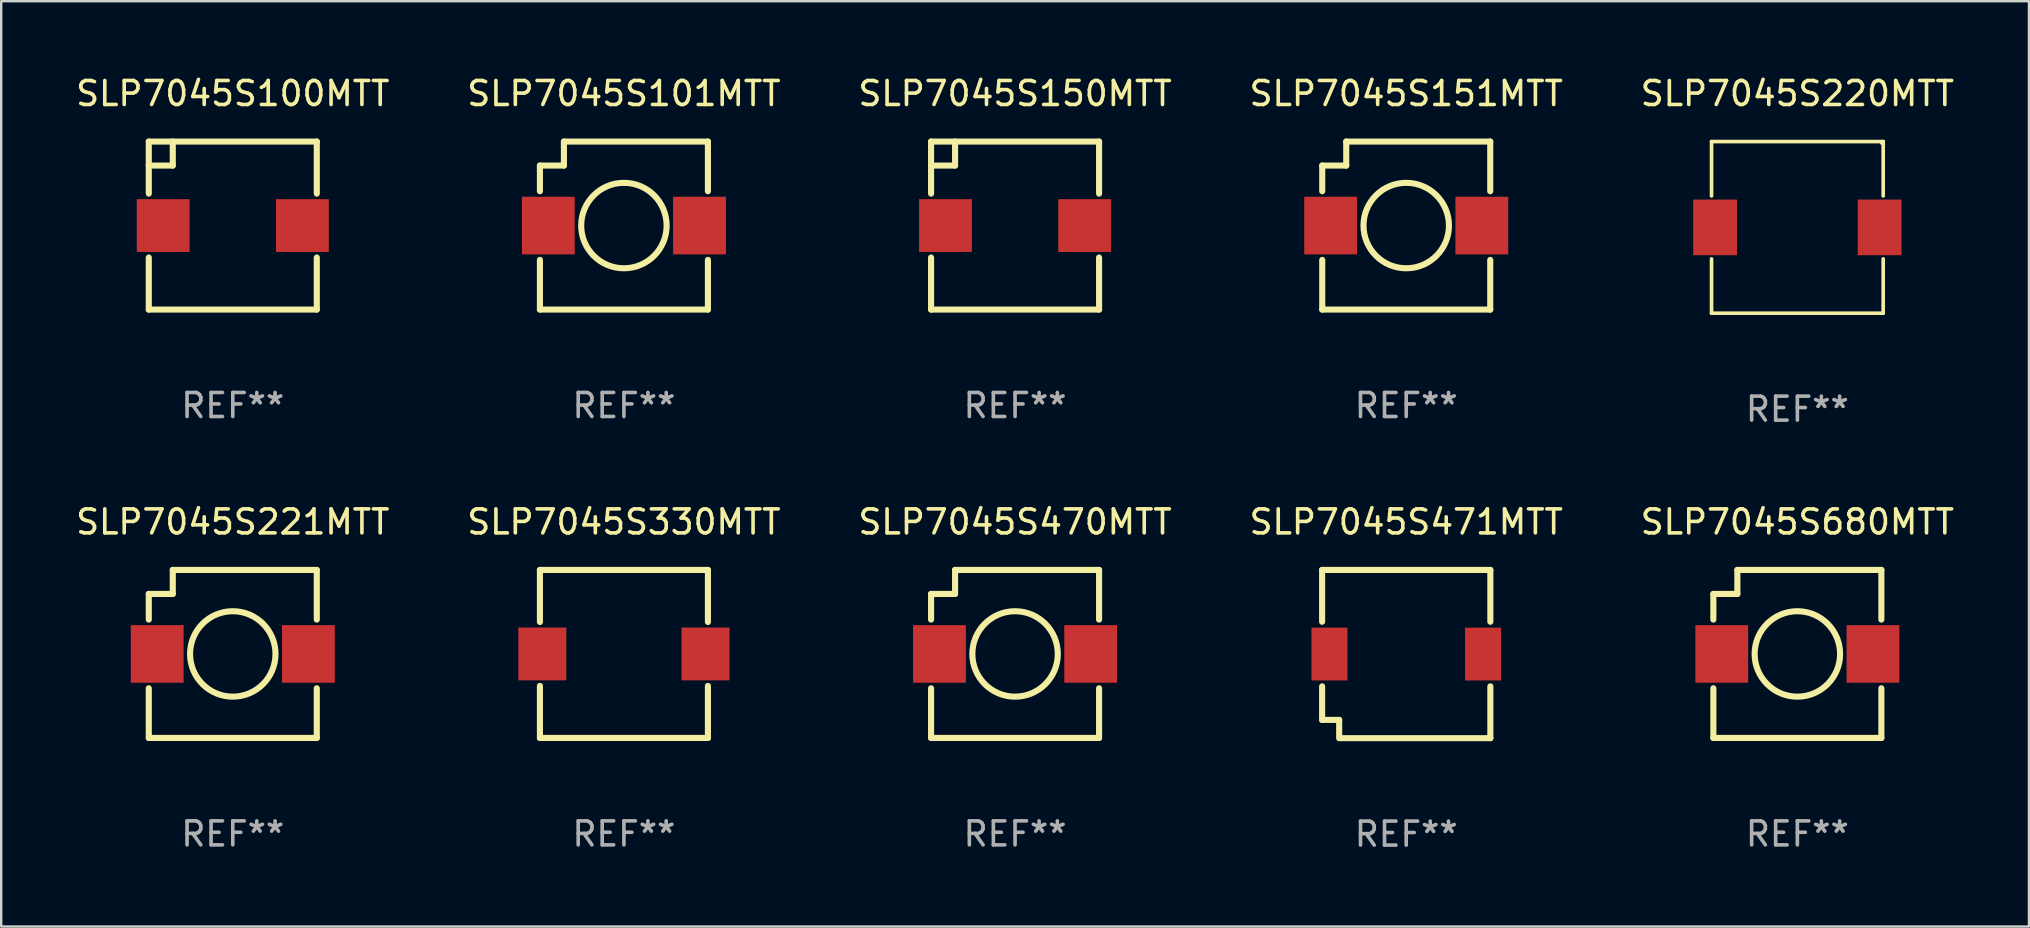
<source format=kicad_pcb>
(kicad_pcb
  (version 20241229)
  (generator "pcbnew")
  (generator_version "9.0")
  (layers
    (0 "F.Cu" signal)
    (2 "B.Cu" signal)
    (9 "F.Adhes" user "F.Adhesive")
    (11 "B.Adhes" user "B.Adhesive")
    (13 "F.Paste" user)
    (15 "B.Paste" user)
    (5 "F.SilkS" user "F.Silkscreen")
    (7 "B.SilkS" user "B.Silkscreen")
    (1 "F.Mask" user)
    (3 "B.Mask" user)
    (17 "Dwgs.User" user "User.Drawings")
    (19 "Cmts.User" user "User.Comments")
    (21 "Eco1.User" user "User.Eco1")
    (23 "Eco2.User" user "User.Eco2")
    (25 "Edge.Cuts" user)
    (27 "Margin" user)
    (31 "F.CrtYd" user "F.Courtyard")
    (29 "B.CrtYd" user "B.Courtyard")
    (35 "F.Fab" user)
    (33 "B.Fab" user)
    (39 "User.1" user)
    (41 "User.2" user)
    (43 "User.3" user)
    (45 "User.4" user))
  (footprint "SLP7045S150MTT"
    (layer "F.Cu")
    (at 39.244 6.348)
    (property "Reference" "SLP7045S150MTT" (at 0 -5.5 0) (layer "F.SilkS") (effects (font (size 1 1) (thickness 0.15))))
    (attr through_hole)
    (fp_line (start -3.5 -3.5) (end 3.5 -3.5) (stroke (width 0.254) (type solid)) (layer "F.SilkS"))
    (fp_line (start -3.5 -1.331) (end -3.5 -3.5) (stroke (width 0.254) (type solid)) (layer "F.SilkS"))
    (fp_line (start -3.5 3.5) (end -3.5 1.331) (stroke (width 0.254) (type solid)) (layer "F.SilkS"))
    (fp_line (start -2.5 -2.5) (end -3.5 -2.5) (stroke (width 0.254) (type solid)) (layer "F.SilkS"))
    (fp_line (start -2.5 -2.5) (end -2.5 -3.5) (stroke (width 0.254) (type solid)) (layer "F.SilkS"))
    (fp_line (start 3.5 -3.5) (end 3.5 -1.331) (stroke (width 0.254) (type solid)) (layer "F.SilkS"))
    (fp_line (start 3.5 1.331) (end 3.5 3.5) (stroke (width 0.254) (type solid)) (layer "F.SilkS"))
    (fp_line (start 3.5 3.5) (end -3.5 3.5) (stroke (width 0.254) (type solid)) (layer "F.SilkS"))
    (fp_circle (center -3.5 3.5) (end -3.47 3.5) (stroke (width 0.06) (type solid)) (fill no) (layer "F.SilkS"))
    (fp_text user "REF**" (at 0 7.5 0) (layer "F.Fab") (effects (font (size 1 1) (thickness 0.15))))
    (pad "1" smd rect (at -2.9 0 90) (size 2.2 2.2) (layers "F.Cu" "F.Mask" "F.Paste"))
    (pad "2" smd rect (at 2.9 0 90) (size 2.2 2.2) (layers "F.Cu" "F.Mask" "F.Paste")))
  (footprint "SLP7045S330MTT"
    (layer "F.Cu")
    (at 22.946 24.197)
    (property "Reference" "SLP7045S330MTT" (at 0 -5.5 0) (layer "F.SilkS") (effects (font (size 1 1) (thickness 0.15))))
    (attr through_hole)
    (fp_line (start -3.5 -3.5) (end -3.5 -1.331) (stroke (width 0.254) (type solid)) (layer "F.SilkS"))
    (fp_line (start -3.5 -3.5) (end 3.5 -3.5) (stroke (width 0.254) (type solid)) (layer "F.SilkS"))
    (fp_line (start -3.5 1.331) (end -3.5 3.5) (stroke (width 0.254) (type solid)) (layer "F.SilkS"))
    (fp_line (start -3.5 3.5) (end 3.5 3.5) (stroke (width 0.254) (type solid)) (layer "F.SilkS"))
    (fp_line (start 3.5 -1.331) (end 3.5 -3.5) (stroke (width 0.254) (type solid)) (layer "F.SilkS"))
    (fp_line (start 3.5 3.5) (end 3.5 1.331) (stroke (width 0.254) (type solid)) (layer "F.SilkS"))
    (fp_circle (center -3.5 3.5) (end -3.47 3.5) (stroke (width 0.06) (type solid)) (fill no) (layer "F.SilkS"))
    (fp_text user "REF**" (at 0 7.5 0) (layer "F.Fab") (effects (font (size 1 1) (thickness 0.15))))
    (pad "1" smd rect (at -3.4 0) (size 2 2.2) (layers "F.Cu" "F.Mask" "F.Paste"))
    (pad "2" smd rect (at 3.4 0) (size 2 2.2) (layers "F.Cu" "F.Mask" "F.Paste")))
  (footprint "SLP7045S470MTT"
    (layer "F.Cu")
    (at 39.244 24.197)
    (property "Reference" "SLP7045S470MTT" (at 0 -5.5 0) (layer "F.SilkS") (effects (font (size 1 1) (thickness 0.15))))
    (attr through_hole)
    (fp_line (start -3.5 -2.5) (end -3.5 -1.431) (stroke (width 0.254) (type solid)) (layer "F.SilkS"))
    (fp_line (start -3.5 1.431) (end -3.5 3.5) (stroke (width 0.254) (type solid)) (layer "F.SilkS"))
    (fp_line (start -3.5 3.5) (end 3.5 3.5) (stroke (width 0.254) (type solid)) (layer "F.SilkS"))
    (fp_line (start -2.5 -3.5) (end -2.5 -2.5) (stroke (width 0.254) (type solid)) (layer "F.SilkS"))
    (fp_line (start -2.5 -2.5) (end -3.5 -2.5) (stroke (width 0.254) (type solid)) (layer "F.SilkS"))
    (fp_line (start 3.5 -3.5) (end -2.5 -3.5) (stroke (width 0.254) (type solid)) (layer "F.SilkS"))
    (fp_line (start 3.5 -1.431) (end 3.5 -3.5) (stroke (width 0.254) (type solid)) (layer "F.SilkS"))
    (fp_line (start 3.5 3.5) (end 3.5 1.431) (stroke (width 0.254) (type solid)) (layer "F.SilkS"))
    (fp_circle (center -3.5 3.5) (end -3.47 3.5) (stroke (width 0.06) (type solid)) (fill no) (layer "F.SilkS"))
    (fp_circle (center -0.000127 0) (end 1.78 0) (stroke (width 0.254) (type solid)) (fill no) (layer "F.SilkS"))
    (fp_text user "REF**" (at 0 7.5 0) (layer "F.Fab") (effects (font (size 1 1) (thickness 0.15))))
    (pad "1" smd rect (at -3.15 0) (size 2.2 2.4) (layers "F.Cu" "F.Mask" "F.Paste"))
    (pad "2" smd rect (at 3.15 0) (size 2.2 2.4) (layers "F.Cu" "F.Mask" "F.Paste")))
  (footprint "SLP7045S680MTT"
    (layer "F.Cu")
    (at 71.839 24.197)
    (property "Reference" "SLP7045S680MTT" (at 0 -5.5 0) (layer "F.SilkS") (effects (font (size 1 1) (thickness 0.15))))
    (attr through_hole)
    (fp_line (start -3.5 -2.5) (end -3.5 -1.431) (stroke (width 0.254) (type solid)) (layer "F.SilkS"))
    (fp_line (start -3.5 1.431) (end -3.5 3.5) (stroke (width 0.254) (type solid)) (layer "F.SilkS"))
    (fp_line (start -3.5 3.5) (end 3.5 3.5) (stroke (width 0.254) (type solid)) (layer "F.SilkS"))
    (fp_line (start -2.5 -3.5) (end -2.5 -2.5) (stroke (width 0.254) (type solid)) (layer "F.SilkS"))
    (fp_line (start -2.5 -2.5) (end -3.5 -2.5) (stroke (width 0.254) (type solid)) (layer "F.SilkS"))
    (fp_line (start 3.5 -3.5) (end -2.5 -3.5) (stroke (width 0.254) (type solid)) (layer "F.SilkS"))
    (fp_line (start 3.5 -1.431) (end 3.5 -3.5) (stroke (width 0.254) (type solid)) (layer "F.SilkS"))
    (fp_line (start 3.5 3.5) (end 3.5 1.431) (stroke (width 0.254) (type solid)) (layer "F.SilkS"))
    (fp_circle (center -3.5 3.5) (end -3.47 3.5) (stroke (width 0.06) (type solid)) (fill no) (layer "F.SilkS"))
    (fp_circle (center -0.000127 0) (end 1.78 0) (stroke (width 0.254) (type solid)) (fill no) (layer "F.SilkS"))
    (fp_text user "REF**" (at 0 7.5 0) (layer "F.Fab") (effects (font (size 1 1) (thickness 0.15))))
    (pad "1" smd rect (at -3.15 0) (size 2.2 2.4) (layers "F.Cu" "F.Mask" "F.Paste"))
    (pad "2" smd rect (at 3.15 0) (size 2.2 2.4) (layers "F.Cu" "F.Mask" "F.Paste")))
  (footprint "SLP7045S151MTT"
    (layer "F.Cu")
    (at 55.542 6.348)
    (property "Reference" "SLP7045S151MTT" (at 0 -5.5 0) (layer "F.SilkS") (effects (font (size 1 1) (thickness 0.15))))
    (attr through_hole)
    (fp_line (start -3.5 -2.5) (end -3.5 -1.431) (stroke (width 0.254) (type solid)) (layer "F.SilkS"))
    (fp_line (start -3.5 1.431) (end -3.5 3.5) (stroke (width 0.254) (type solid)) (layer "F.SilkS"))
    (fp_line (start -3.5 3.5) (end 3.5 3.5) (stroke (width 0.254) (type solid)) (layer "F.SilkS"))
    (fp_line (start -2.5 -3.5) (end -2.5 -2.5) (stroke (width 0.254) (type solid)) (layer "F.SilkS"))
    (fp_line (start -2.5 -2.5) (end -3.5 -2.5) (stroke (width 0.254) (type solid)) (layer "F.SilkS"))
    (fp_line (start 3.5 -3.5) (end -2.5 -3.5) (stroke (width 0.254) (type solid)) (layer "F.SilkS"))
    (fp_line (start 3.5 -1.431) (end 3.5 -3.5) (stroke (width 0.254) (type solid)) (layer "F.SilkS"))
    (fp_line (start 3.5 3.5) (end 3.5 1.431) (stroke (width 0.254) (type solid)) (layer "F.SilkS"))
    (fp_circle (center -3.5 3.5) (end -3.47 3.5) (stroke (width 0.06) (type solid)) (fill no) (layer "F.SilkS"))
    (fp_circle (center -0.000127 0) (end 1.78 0) (stroke (width 0.254) (type solid)) (fill no) (layer "F.SilkS"))
    (fp_text user "REF**" (at 0 7.5 0) (layer "F.Fab") (effects (font (size 1 1) (thickness 0.15))))
    (pad "1" smd rect (at -3.15 0) (size 2.2 2.4) (layers "F.Cu" "F.Mask" "F.Paste"))
    (pad "2" smd rect (at 3.15 0) (size 2.2 2.4) (layers "F.Cu" "F.Mask" "F.Paste")))
  (footprint "SLP7045S100MTT"
    (layer "F.Cu")
    (at 6.649 6.348)
    (property "Reference" "SLP7045S100MTT" (at 0 -5.5 0) (layer "F.SilkS") (effects (font (size 1 1) (thickness 0.15))))
    (attr through_hole)
    (fp_line (start -3.5 -3.5) (end 3.5 -3.5) (stroke (width 0.254) (type solid)) (layer "F.SilkS"))
    (fp_line (start -3.5 -1.331) (end -3.5 -3.5) (stroke (width 0.254) (type solid)) (layer "F.SilkS"))
    (fp_line (start -3.5 3.5) (end -3.5 1.331) (stroke (width 0.254) (type solid)) (layer "F.SilkS"))
    (fp_line (start -2.5 -2.5) (end -3.5 -2.5) (stroke (width 0.254) (type solid)) (layer "F.SilkS"))
    (fp_line (start -2.5 -2.5) (end -2.5 -3.5) (stroke (width 0.254) (type solid)) (layer "F.SilkS"))
    (fp_line (start 3.5 -3.5) (end 3.5 -1.331) (stroke (width 0.254) (type solid)) (layer "F.SilkS"))
    (fp_line (start 3.5 1.331) (end 3.5 3.5) (stroke (width 0.254) (type solid)) (layer "F.SilkS"))
    (fp_line (start 3.5 3.5) (end -3.5 3.5) (stroke (width 0.254) (type solid)) (layer "F.SilkS"))
    (fp_circle (center -3.5 3.5) (end -3.47 3.5) (stroke (width 0.06) (type solid)) (fill no) (layer "F.SilkS"))
    (fp_text user "REF**" (at 0 7.5 0) (layer "F.Fab") (effects (font (size 1 1) (thickness 0.15))))
    (pad "1" smd rect (at -2.9 0 90) (size 2.2 2.2) (layers "F.Cu" "F.Mask" "F.Paste"))
    (pad "2" smd rect (at 2.9 0 90) (size 2.2 2.2) (layers "F.Cu" "F.Mask" "F.Paste")))
  (footprint "SLP7045S221MTT"
    (layer "F.Cu")
    (at 6.649 24.197)
    (property "Reference" "SLP7045S221MTT" (at 0 -5.5 0) (layer "F.SilkS") (effects (font (size 1 1) (thickness 0.15))))
    (attr through_hole)
    (fp_line (start -3.5 -2.5) (end -3.5 -1.431) (stroke (width 0.254) (type solid)) (layer "F.SilkS"))
    (fp_line (start -3.5 1.431) (end -3.5 3.5) (stroke (width 0.254) (type solid)) (layer "F.SilkS"))
    (fp_line (start -3.5 3.5) (end 3.5 3.5) (stroke (width 0.254) (type solid)) (layer "F.SilkS"))
    (fp_line (start -2.5 -3.5) (end -2.5 -2.5) (stroke (width 0.254) (type solid)) (layer "F.SilkS"))
    (fp_line (start -2.5 -2.5) (end -3.5 -2.5) (stroke (width 0.254) (type solid)) (layer "F.SilkS"))
    (fp_line (start 3.5 -3.5) (end -2.5 -3.5) (stroke (width 0.254) (type solid)) (layer "F.SilkS"))
    (fp_line (start 3.5 -1.431) (end 3.5 -3.5) (stroke (width 0.254) (type solid)) (layer "F.SilkS"))
    (fp_line (start 3.5 3.5) (end 3.5 1.431) (stroke (width 0.254) (type solid)) (layer "F.SilkS"))
    (fp_circle (center -3.5 3.5) (end -3.47 3.5) (stroke (width 0.06) (type solid)) (fill no) (layer "F.SilkS"))
    (fp_circle (center -0.000127 0) (end 1.78 0) (stroke (width 0.254) (type solid)) (fill no) (layer "F.SilkS"))
    (fp_text user "REF**" (at 0 7.5 0) (layer "F.Fab") (effects (font (size 1 1) (thickness 0.15))))
    (pad "1" smd rect (at -3.15 0) (size 2.2 2.4) (layers "F.Cu" "F.Mask" "F.Paste"))
    (pad "2" smd rect (at 3.15 0) (size 2.2 2.4) (layers "F.Cu" "F.Mask" "F.Paste")))
  (footprint "SLP7045S101MTT"
    (layer "F.Cu")
    (at 22.946 6.348)
    (property "Reference" "SLP7045S101MTT" (at 0 -5.5 0) (layer "F.SilkS") (effects (font (size 1 1) (thickness 0.15))))
    (attr through_hole)
    (fp_line (start -3.5 -2.5) (end -3.5 -1.431) (stroke (width 0.254) (type solid)) (layer "F.SilkS"))
    (fp_line (start -3.5 1.431) (end -3.5 3.5) (stroke (width 0.254) (type solid)) (layer "F.SilkS"))
    (fp_line (start -3.5 3.5) (end 3.5 3.5) (stroke (width 0.254) (type solid)) (layer "F.SilkS"))
    (fp_line (start -2.5 -3.5) (end -2.5 -2.5) (stroke (width 0.254) (type solid)) (layer "F.SilkS"))
    (fp_line (start -2.5 -2.5) (end -3.5 -2.5) (stroke (width 0.254) (type solid)) (layer "F.SilkS"))
    (fp_line (start 3.5 -3.5) (end -2.5 -3.5) (stroke (width 0.254) (type solid)) (layer "F.SilkS"))
    (fp_line (start 3.5 -1.431) (end 3.5 -3.5) (stroke (width 0.254) (type solid)) (layer "F.SilkS"))
    (fp_line (start 3.5 3.5) (end 3.5 1.431) (stroke (width 0.254) (type solid)) (layer "F.SilkS"))
    (fp_circle (center -3.5 3.5) (end -3.47 3.5) (stroke (width 0.06) (type solid)) (fill no) (layer "F.SilkS"))
    (fp_circle (center -0.000127 0) (end 1.78 0) (stroke (width 0.254) (type solid)) (fill no) (layer "F.SilkS"))
    (fp_text user "REF**" (at 0 7.5 0) (layer "F.Fab") (effects (font (size 1 1) (thickness 0.15))))
    (pad "1" smd rect (at -3.15 0) (size 2.2 2.4) (layers "F.Cu" "F.Mask" "F.Paste"))
    (pad "2" smd rect (at 3.15 0) (size 2.2 2.4) (layers "F.Cu" "F.Mask" "F.Paste")))
  (footprint "SLP7045S220MTT"
    (layer "F.Cu")
    (at 71.839 6.424)
    (property "Reference" "SLP7045S220MTT" (at 0 -5.576 0) (layer "F.SilkS") (effects (font (size 1 1) (thickness 0.15))))
    (attr through_hole)
    (fp_line (start -3.576 -3.576) (end 3.576 -3.576) (stroke (width 0.152) (type solid)) (layer "F.SilkS"))
    (fp_line (start -3.576 -1.312) (end -3.576 -3.576) (stroke (width 0.152) (type solid)) (layer "F.SilkS"))
    (fp_line (start -3.576 1.312) (end -3.576 3.576) (stroke (width 0.152) (type solid)) (layer "F.SilkS"))
    (fp_line (start -3.576 3.576) (end 3.576 3.576) (stroke (width 0.152) (type solid)) (layer "F.SilkS"))
    (fp_line (start 3.576 -3.576) (end 3.576 -1.312) (stroke (width 0.152) (type solid)) (layer "F.SilkS"))
    (fp_line (start 3.576 3.576) (end 3.576 1.312) (stroke (width 0.152) (type solid)) (layer "F.SilkS"))
    (fp_circle (center 3.5 -3.5) (end 3.53 -3.5) (stroke (width 0.06) (type solid)) (fill no) (layer "F.SilkS"))
    (fp_text user "REF**" (at 0 7.576 0) (layer "F.Fab") (effects (font (size 1 1) (thickness 0.15))))
    (pad "1" smd rect (at 3.428 0) (size 1.824 2.32) (layers "F.Cu" "F.Mask" "F.Paste"))
    (pad "2" smd rect (at -3.428 0) (size 1.824 2.32) (layers "F.Cu" "F.Mask" "F.Paste")))
  (footprint "SLP7045S471MTT"
    (layer "F.Cu")
    (at 55.542 24.202)
    (property "Reference" "SLP7045S471MTT" (at 0 -5.505 0) (layer "F.SilkS") (effects (font (size 1 1) (thickness 0.15))))
    (attr through_hole)
    (fp_line (start -3.505 -3.505) (end 3.505 -3.505) (stroke (width 0.254) (type solid)) (layer "F.SilkS"))
    (fp_line (start -3.505 -1.346) (end -3.505 -3.505) (stroke (width 0.254) (type solid)) (layer "F.SilkS"))
    (fp_line (start -3.505 1.346) (end -3.505 2.743) (stroke (width 0.254) (type solid)) (layer "F.SilkS"))
    (fp_line (start -3.505 2.743) (end -2.794 2.743) (stroke (width 0.254) (type solid)) (layer "F.SilkS"))
    (fp_line (start -2.794 2.743) (end -2.794 3.505) (stroke (width 0.254) (type solid)) (layer "F.SilkS"))
    (fp_line (start -2.743 3.505) (end 3.505 3.505) (stroke (width 0.254) (type solid)) (layer "F.SilkS"))
    (fp_line (start 3.505 -3.505) (end 3.505 -1.346) (stroke (width 0.254) (type solid)) (layer "F.SilkS"))
    (fp_line (start 3.505 3.505) (end 3.505 1.346) (stroke (width 0.254) (type solid)) (layer "F.SilkS"))
    (fp_circle (center -3.5 -3.5) (end -3.47 -3.5) (stroke (width 0.06) (type solid)) (fill no) (layer "F.SilkS"))
    (fp_text user "REF**" (at 0 7.505 0) (layer "F.Fab") (effects (font (size 1 1) (thickness 0.15))))
    (pad "1" smd rect (at -3.199 0 90) (size 2.2 1.5) (layers "F.Cu" "F.Mask" "F.Paste"))
    (pad "2" smd rect (at 3.201 0 90) (size 2.2 1.5) (layers "F.Cu" "F.Mask" "F.Paste")))
  (gr_rect
    (start -3 -3)
    (end 81.488 35.556)
    (stroke (width 0.1) (type default))
    (fill no)
    (layer "Edge.Cuts")))
</source>
